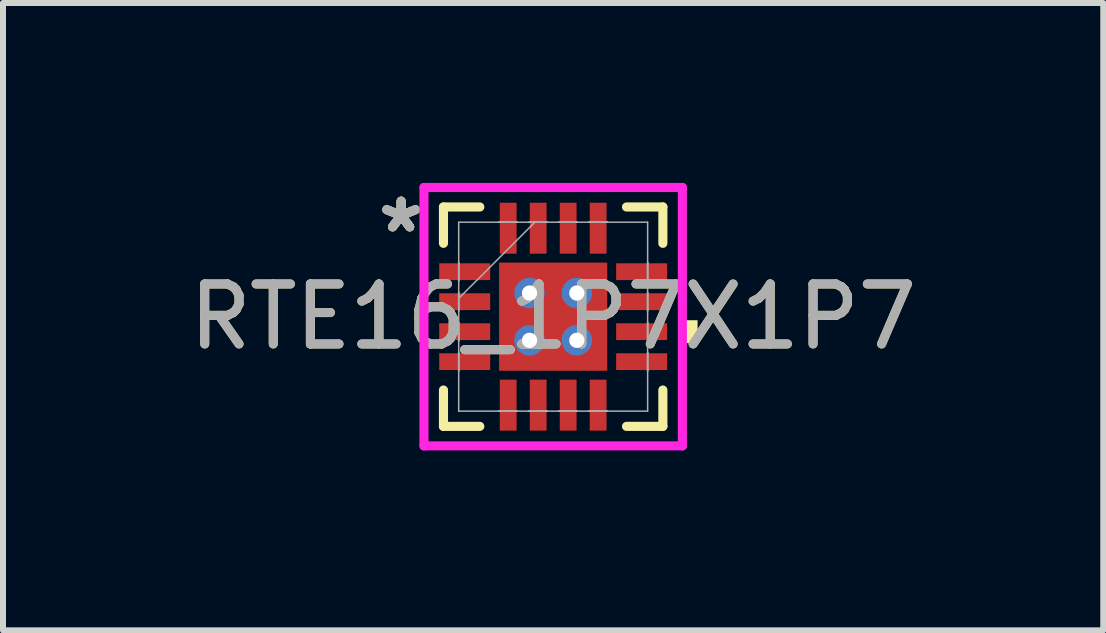
<source format=kicad_pcb>
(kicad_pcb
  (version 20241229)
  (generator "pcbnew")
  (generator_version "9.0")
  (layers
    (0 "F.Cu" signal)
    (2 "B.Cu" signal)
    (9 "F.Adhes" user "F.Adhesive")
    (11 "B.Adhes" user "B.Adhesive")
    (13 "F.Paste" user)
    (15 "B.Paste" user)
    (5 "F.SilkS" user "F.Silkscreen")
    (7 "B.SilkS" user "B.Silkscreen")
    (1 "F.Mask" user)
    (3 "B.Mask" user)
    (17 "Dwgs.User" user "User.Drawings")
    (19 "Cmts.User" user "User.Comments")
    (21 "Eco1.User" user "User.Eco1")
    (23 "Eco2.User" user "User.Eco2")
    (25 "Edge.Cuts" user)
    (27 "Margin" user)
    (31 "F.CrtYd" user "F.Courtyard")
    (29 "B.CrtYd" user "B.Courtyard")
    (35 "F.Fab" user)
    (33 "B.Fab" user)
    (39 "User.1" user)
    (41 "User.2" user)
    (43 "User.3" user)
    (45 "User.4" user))
  (footprint "RTE16_1P7X1P7"
    (layer "F.Cu")
    (at 6.173 2.23)
    (property "Reference" "RTE16_1P7X1P7" (at 0 0 0) (unlocked yes) (layer "F.SilkS") (effects (font (size 1 1) (thickness 0.15))))
    (attr smd)
    (fp_poly (pts (xy -1.97 -0.96) (xy -1.97 -0.54) (xy -0.98 -0.54) (xy -0.98 -0.96)) (stroke (width 0) (type solid)) (fill yes) (layer "F.Mask"))
    (fp_poly (pts (xy -1.97 -0.46) (xy -1.97 -0.04) (xy -0.98 -0.04) (xy -0.98 -0.46)) (stroke (width 0) (type solid)) (fill yes) (layer "F.Mask"))
    (fp_poly (pts (xy -1.97 0.04) (xy -1.97 0.46) (xy -0.98 0.46) (xy -0.98 0.04)) (stroke (width 0) (type solid)) (fill yes) (layer "F.Mask"))
    (fp_poly (pts (xy -1.97 0.54) (xy -1.97 0.96) (xy -0.98 0.96) (xy -0.98 0.54)) (stroke (width 0) (type solid)) (fill yes) (layer "F.Mask"))
    (fp_poly (pts (xy -0.965 -0.965) (xy -0.594 -0.965) (xy -0.594 0.965) (xy -0.965 0.965)) (stroke (width 0) (type solid)) (fill yes) (layer "F.Mask"))
    (fp_poly (pts (xy -0.965 -0.965) (xy 0.965 -0.965) (xy 0.965 -0.594) (xy -0.965 -0.594)) (stroke (width 0) (type solid)) (fill yes) (layer "F.Mask"))
    (fp_poly (pts (xy -0.965 -0.194) (xy 0.965 -0.194) (xy 0.965 0.194) (xy -0.965 0.194)) (stroke (width 0) (type solid)) (fill yes) (layer "F.Mask"))
    (fp_poly (pts (xy -0.965 0.594) (xy 0.965 0.594) (xy 0.965 0.965) (xy -0.965 0.965)) (stroke (width 0) (type solid)) (fill yes) (layer "F.Mask"))
    (fp_poly (pts (xy -0.96 -1.97) (xy -0.96 -0.98) (xy -0.54 -0.98) (xy -0.54 -1.97)) (stroke (width 0) (type solid)) (fill yes) (layer "F.Mask"))
    (fp_poly (pts (xy -0.96 0.98) (xy -0.96 1.97) (xy -0.54 1.97) (xy -0.54 0.98)) (stroke (width 0) (type solid)) (fill yes) (layer "F.Mask"))
    (fp_poly (pts (xy -0.46 -1.97) (xy -0.46 -0.98) (xy -0.04 -0.98) (xy -0.04 -1.97)) (stroke (width 0) (type solid)) (fill yes) (layer "F.Mask"))
    (fp_poly (pts (xy -0.46 0.98) (xy -0.46 1.97) (xy -0.04 1.97) (xy -0.04 0.98)) (stroke (width 0) (type solid)) (fill yes) (layer "F.Mask"))
    (fp_poly (pts (xy 0.04 -1.97) (xy 0.04 -0.98) (xy 0.46 -0.98) (xy 0.46 -1.97)) (stroke (width 0) (type solid)) (fill yes) (layer "F.Mask"))
    (fp_poly (pts (xy 0.04 0.98) (xy 0.04 1.97) (xy 0.46 1.97) (xy 0.46 0.98)) (stroke (width 0) (type solid)) (fill yes) (layer "F.Mask"))
    (fp_poly (pts (xy 0.194 -0.965) (xy -0.194 -0.965) (xy -0.194 0.965) (xy 0.194 0.965)) (stroke (width 0) (type solid)) (fill yes) (layer "F.Mask"))
    (fp_poly (pts (xy 0.54 -1.97) (xy 0.54 -0.98) (xy 0.96 -0.98) (xy 0.96 -1.97)) (stroke (width 0) (type solid)) (fill yes) (layer "F.Mask"))
    (fp_poly (pts (xy 0.54 0.98) (xy 0.54 1.97) (xy 0.96 1.97) (xy 0.96 0.98)) (stroke (width 0) (type solid)) (fill yes) (layer "F.Mask"))
    (fp_poly (pts (xy 0.594 -0.965) (xy 0.965 -0.965) (xy 0.965 0.965) (xy 0.594 0.965)) (stroke (width 0) (type solid)) (fill yes) (layer "F.Mask"))
    (fp_poly (pts (xy 0.98 -0.96) (xy 0.98 -0.54) (xy 1.97 -0.54) (xy 1.97 -0.96)) (stroke (width 0) (type solid)) (fill yes) (layer "F.Mask"))
    (fp_poly (pts (xy 0.98 -0.46) (xy 0.98 -0.04) (xy 1.97 -0.04) (xy 1.97 -0.46)) (stroke (width 0) (type solid)) (fill yes) (layer "F.Mask"))
    (fp_poly (pts (xy 0.98 0.04) (xy 0.98 0.46) (xy 1.97 0.46) (xy 1.97 0.04)) (stroke (width 0) (type solid)) (fill yes) (layer "F.Mask"))
    (fp_poly (pts (xy 0.98 0.54) (xy 0.98 0.96) (xy 1.97 0.96) (xy 1.97 0.54)) (stroke (width 0) (type solid)) (fill yes) (layer "F.Mask"))
    (fp_line (start -1.829 -1.829) (end -1.829 -1.223) (stroke (width 0.152) (type solid)) (layer "F.SilkS"))
    (fp_line (start -1.829 1.223) (end -1.829 1.829) (stroke (width 0.152) (type solid)) (layer "F.SilkS"))
    (fp_line (start -1.829 1.829) (end -1.223 1.829) (stroke (width 0.152) (type solid)) (layer "F.SilkS"))
    (fp_line (start -1.223 -1.829) (end -1.829 -1.829) (stroke (width 0.152) (type solid)) (layer "F.SilkS"))
    (fp_line (start 1.223 1.829) (end 1.829 1.829) (stroke (width 0.152) (type solid)) (layer "F.SilkS"))
    (fp_line (start 1.829 -1.829) (end 1.223 -1.829) (stroke (width 0.152) (type solid)) (layer "F.SilkS"))
    (fp_line (start 1.829 -1.223) (end 1.829 -1.829) (stroke (width 0.152) (type solid)) (layer "F.SilkS"))
    (fp_line (start 1.829 1.829) (end 1.829 1.223) (stroke (width 0.152) (type solid)) (layer "F.SilkS"))
    (fp_poly (pts (xy 2.408 0.059) (xy 2.408 0.441) (xy 2.154 0.441) (xy 2.154 0.059)) (stroke (width 0) (type solid)) (fill yes) (layer "F.SilkS"))
    (fp_poly (pts (xy -1.875 -0.865) (xy -1.875 -0.635) (xy -1.075 -0.635) (xy -1.075 -0.865)) (stroke (width 0) (type solid)) (fill yes) (layer "F.Paste"))
    (fp_poly (pts (xy -1.875 -0.365) (xy -1.875 -0.135) (xy -1.075 -0.135) (xy -1.075 -0.365)) (stroke (width 0) (type solid)) (fill yes) (layer "F.Paste"))
    (fp_poly (pts (xy -1.875 0.135) (xy -1.875 0.365) (xy -1.075 0.365) (xy -1.075 0.135)) (stroke (width 0) (type solid)) (fill yes) (layer "F.Paste"))
    (fp_poly (pts (xy -1.875 0.635) (xy -1.875 0.865) (xy -1.075 0.865) (xy -1.075 0.635)) (stroke (width 0) (type solid)) (fill yes) (layer "F.Paste"))
    (fp_poly (pts (xy -0.865 -1.875) (xy -0.865 -1.075) (xy -0.635 -1.075) (xy -0.635 -1.875)) (stroke (width 0) (type solid)) (fill yes) (layer "F.Paste"))
    (fp_poly (pts (xy -0.865 1.075) (xy -0.865 1.875) (xy -0.635 1.875) (xy -0.635 1.075)) (stroke (width 0) (type solid)) (fill yes) (layer "F.Paste"))
    (fp_poly (pts (xy -0.365 -1.875) (xy -0.365 -1.075) (xy -0.135 -1.075) (xy -0.135 -1.875)) (stroke (width 0) (type solid)) (fill yes) (layer "F.Paste"))
    (fp_poly (pts (xy -0.365 1.075) (xy -0.365 1.875) (xy -0.135 1.875) (xy -0.135 1.075)) (stroke (width 0) (type solid)) (fill yes) (layer "F.Paste"))
    (fp_poly (pts (xy 0.135 -1.875) (xy 0.135 -1.075) (xy 0.365 -1.075) (xy 0.365 -1.875)) (stroke (width 0) (type solid)) (fill yes) (layer "F.Paste"))
    (fp_poly (pts (xy 0.135 1.075) (xy 0.135 1.875) (xy 0.365 1.875) (xy 0.365 1.075)) (stroke (width 0) (type solid)) (fill yes) (layer "F.Paste"))
    (fp_poly (pts (xy 0.635 -1.875) (xy 0.635 -1.075) (xy 0.865 -1.075) (xy 0.865 -1.875)) (stroke (width 0) (type solid)) (fill yes) (layer "F.Paste"))
    (fp_poly (pts (xy 0.635 1.075) (xy 0.635 1.875) (xy 0.865 1.875) (xy 0.865 1.075)) (stroke (width 0) (type solid)) (fill yes) (layer "F.Paste"))
    (fp_poly (pts (xy 1.075 -0.865) (xy 1.075 -0.635) (xy 1.875 -0.635) (xy 1.875 -0.865)) (stroke (width 0) (type solid)) (fill yes) (layer "F.Paste"))
    (fp_poly (pts (xy 1.075 -0.365) (xy 1.075 -0.135) (xy 1.875 -0.135) (xy 1.875 -0.365)) (stroke (width 0) (type solid)) (fill yes) (layer "F.Paste"))
    (fp_poly (pts (xy 1.075 0.135) (xy 1.075 0.365) (xy 1.875 0.365) (xy 1.875 0.135)) (stroke (width 0) (type solid)) (fill yes) (layer "F.Paste"))
    (fp_poly (pts (xy 1.075 0.635) (xy 1.075 0.865) (xy 1.875 0.865) (xy 1.875 0.635)) (stroke (width 0) (type solid)) (fill yes) (layer "F.Paste"))
    (fp_poly (pts (xy -0.827 -0.827) (xy -0.827 -0.494) (xy -0.635 -0.494) (xy -0.494 -0.635) (xy -0.494 -0.827)) (stroke (width 0) (type solid)) (fill yes) (layer "F.Paste"))
    (fp_poly (pts (xy -0.827 0.494) (xy -0.827 0.827) (xy -0.494 0.827) (xy -0.494 0.635) (xy -0.635 0.494)) (stroke (width 0) (type solid)) (fill yes) (layer "F.Paste"))
    (fp_poly (pts (xy 0.494 -0.827) (xy 0.494 -0.635) (xy 0.635 -0.494) (xy 0.827 -0.494) (xy 0.827 -0.827)) (stroke (width 0) (type solid)) (fill yes) (layer "F.Paste"))
    (fp_poly (pts (xy 0.635 0.494) (xy 0.494 0.635) (xy 0.494 0.827) (xy 0.827 0.827) (xy 0.827 0.494)) (stroke (width 0) (type solid)) (fill yes) (layer "F.Paste"))
    (fp_poly (pts (xy -0.827 -0.294) (xy -0.827 0.294) (xy -0.635 0.294) (xy -0.494 0.152) (xy -0.494 -0.152) (xy -0.635 -0.294)) (stroke (width 0) (type solid)) (fill yes) (layer "F.Paste"))
    (fp_poly (pts (xy -0.294 -0.827) (xy -0.294 -0.635) (xy -0.152 -0.494) (xy 0.152 -0.494) (xy 0.294 -0.635) (xy 0.294 -0.827)) (stroke (width 0) (type solid)) (fill yes) (layer "F.Paste"))
    (fp_poly (pts (xy -0.152 0.494) (xy -0.294 0.635) (xy -0.294 0.827) (xy 0.294 0.827) (xy 0.294 0.635) (xy 0.152 0.494)) (stroke (width 0) (type solid)) (fill yes) (layer "F.Paste"))
    (fp_poly (pts (xy 0.635 -0.294) (xy 0.494 -0.152) (xy 0.494 0.152) (xy 0.635 0.294) (xy 0.827 0.294) (xy 0.827 -0.294)) (stroke (width 0) (type solid)) (fill yes) (layer "F.Paste"))
    (fp_poly (pts (xy -0.152 -0.294) (xy -0.294 -0.152) (xy -0.294 0.152) (xy -0.152 0.294) (xy 0.152 0.294) (xy 0.294 0.152) (xy 0.294 -0.152) (xy 0.152 -0.294)) (stroke (width 0) (type solid)) (fill yes) (layer "F.Paste"))
    (fp_line (start -2.154 -2.154) (end 2.154 -2.154) (stroke (width 0.152) (type solid)) (layer "F.CrtYd"))
    (fp_line (start -2.154 2.154) (end -2.154 -2.154) (stroke (width 0.152) (type solid)) (layer "F.CrtYd"))
    (fp_line (start 2.154 -2.154) (end 2.154 2.154) (stroke (width 0.152) (type solid)) (layer "F.CrtYd"))
    (fp_line (start 2.154 2.154) (end -2.154 2.154) (stroke (width 0.152) (type solid)) (layer "F.CrtYd"))
    (fp_line (start -1.575 -1.575) (end -1.575 1.575) (stroke (width 0.025) (type solid)) (layer "F.Fab"))
    (fp_line (start -1.575 -0.902) (end -1.575 -0.902) (stroke (width 0.025) (type solid)) (layer "F.Fab"))
    (fp_line (start -1.575 -0.902) (end -1.575 -0.598) (stroke (width 0.025) (type solid)) (layer "F.Fab"))
    (fp_line (start -1.575 -0.598) (end -1.575 -0.902) (stroke (width 0.025) (type solid)) (layer "F.Fab"))
    (fp_line (start -1.575 -0.598) (end -1.575 -0.598) (stroke (width 0.025) (type solid)) (layer "F.Fab"))
    (fp_line (start -1.575 -0.402) (end -1.575 -0.402) (stroke (width 0.025) (type solid)) (layer "F.Fab"))
    (fp_line (start -1.575 -0.402) (end -1.575 -0.098) (stroke (width 0.025) (type solid)) (layer "F.Fab"))
    (fp_line (start -1.575 -0.305) (end -0.305 -1.575) (stroke (width 0.025) (type solid)) (layer "F.Fab"))
    (fp_line (start -1.575 -0.098) (end -1.575 -0.402) (stroke (width 0.025) (type solid)) (layer "F.Fab"))
    (fp_line (start -1.575 -0.098) (end -1.575 -0.098) (stroke (width 0.025) (type solid)) (layer "F.Fab"))
    (fp_line (start -1.575 0.098) (end -1.575 0.098) (stroke (width 0.025) (type solid)) (layer "F.Fab"))
    (fp_line (start -1.575 0.098) (end -1.575 0.402) (stroke (width 0.025) (type solid)) (layer "F.Fab"))
    (fp_line (start -1.575 0.402) (end -1.575 0.098) (stroke (width 0.025) (type solid)) (layer "F.Fab"))
    (fp_line (start -1.575 0.402) (end -1.575 0.402) (stroke (width 0.025) (type solid)) (layer "F.Fab"))
    (fp_line (start -1.575 0.598) (end -1.575 0.598) (stroke (width 0.025) (type solid)) (layer "F.Fab"))
    (fp_line (start -1.575 0.598) (end -1.575 0.902) (stroke (width 0.025) (type solid)) (layer "F.Fab"))
    (fp_line (start -1.575 0.902) (end -1.575 0.598) (stroke (width 0.025) (type solid)) (layer "F.Fab"))
    (fp_line (start -1.575 0.902) (end -1.575 0.902) (stroke (width 0.025) (type solid)) (layer "F.Fab"))
    (fp_line (start -1.575 1.575) (end 1.575 1.575) (stroke (width 0.025) (type solid)) (layer "F.Fab"))
    (fp_line (start -0.902 -1.575) (end -0.902 -1.575) (stroke (width 0.025) (type solid)) (layer "F.Fab"))
    (fp_line (start -0.902 -1.575) (end -0.598 -1.575) (stroke (width 0.025) (type solid)) (layer "F.Fab"))
    (fp_line (start -0.902 1.575) (end -0.902 1.575) (stroke (width 0.025) (type solid)) (layer "F.Fab"))
    (fp_line (start -0.902 1.575) (end -0.598 1.575) (stroke (width 0.025) (type solid)) (layer "F.Fab"))
    (fp_line (start -0.598 -1.575) (end -0.902 -1.575) (stroke (width 0.025) (type solid)) (layer "F.Fab"))
    (fp_line (start -0.598 -1.575) (end -0.598 -1.575) (stroke (width 0.025) (type solid)) (layer "F.Fab"))
    (fp_line (start -0.598 1.575) (end -0.902 1.575) (stroke (width 0.025) (type solid)) (layer "F.Fab"))
    (fp_line (start -0.598 1.575) (end -0.598 1.575) (stroke (width 0.025) (type solid)) (layer "F.Fab"))
    (fp_line (start -0.402 -1.575) (end -0.402 -1.575) (stroke (width 0.025) (type solid)) (layer "F.Fab"))
    (fp_line (start -0.402 -1.575) (end -0.098 -1.575) (stroke (width 0.025) (type solid)) (layer "F.Fab"))
    (fp_line (start -0.402 1.575) (end -0.402 1.575) (stroke (width 0.025) (type solid)) (layer "F.Fab"))
    (fp_line (start -0.402 1.575) (end -0.098 1.575) (stroke (width 0.025) (type solid)) (layer "F.Fab"))
    (fp_line (start -0.098 -1.575) (end -0.402 -1.575) (stroke (width 0.025) (type solid)) (layer "F.Fab"))
    (fp_line (start -0.098 -1.575) (end -0.098 -1.575) (stroke (width 0.025) (type solid)) (layer "F.Fab"))
    (fp_line (start -0.098 1.575) (end -0.402 1.575) (stroke (width 0.025) (type solid)) (layer "F.Fab"))
    (fp_line (start -0.098 1.575) (end -0.098 1.575) (stroke (width 0.025) (type solid)) (layer "F.Fab"))
    (fp_line (start 0.098 -1.575) (end 0.098 -1.575) (stroke (width 0.025) (type solid)) (layer "F.Fab"))
    (fp_line (start 0.098 -1.575) (end 0.402 -1.575) (stroke (width 0.025) (type solid)) (layer "F.Fab"))
    (fp_line (start 0.098 1.575) (end 0.098 1.575) (stroke (width 0.025) (type solid)) (layer "F.Fab"))
    (fp_line (start 0.098 1.575) (end 0.402 1.575) (stroke (width 0.025) (type solid)) (layer "F.Fab"))
    (fp_line (start 0.402 -1.575) (end 0.098 -1.575) (stroke (width 0.025) (type solid)) (layer "F.Fab"))
    (fp_line (start 0.402 -1.575) (end 0.402 -1.575) (stroke (width 0.025) (type solid)) (layer "F.Fab"))
    (fp_line (start 0.402 1.575) (end 0.098 1.575) (stroke (width 0.025) (type solid)) (layer "F.Fab"))
    (fp_line (start 0.402 1.575) (end 0.402 1.575) (stroke (width 0.025) (type solid)) (layer "F.Fab"))
    (fp_line (start 0.598 -1.575) (end 0.598 -1.575) (stroke (width 0.025) (type solid)) (layer "F.Fab"))
    (fp_line (start 0.598 -1.575) (end 0.902 -1.575) (stroke (width 0.025) (type solid)) (layer "F.Fab"))
    (fp_line (start 0.598 1.575) (end 0.598 1.575) (stroke (width 0.025) (type solid)) (layer "F.Fab"))
    (fp_line (start 0.598 1.575) (end 0.902 1.575) (stroke (width 0.025) (type solid)) (layer "F.Fab"))
    (fp_line (start 0.902 -1.575) (end 0.598 -1.575) (stroke (width 0.025) (type solid)) (layer "F.Fab"))
    (fp_line (start 0.902 -1.575) (end 0.902 -1.575) (stroke (width 0.025) (type solid)) (layer "F.Fab"))
    (fp_line (start 0.902 1.575) (end 0.598 1.575) (stroke (width 0.025) (type solid)) (layer "F.Fab"))
    (fp_line (start 0.902 1.575) (end 0.902 1.575) (stroke (width 0.025) (type solid)) (layer "F.Fab"))
    (fp_line (start 1.575 -1.575) (end -1.575 -1.575) (stroke (width 0.025) (type solid)) (layer "F.Fab"))
    (fp_line (start 1.575 -0.902) (end 1.575 -0.902) (stroke (width 0.025) (type solid)) (layer "F.Fab"))
    (fp_line (start 1.575 -0.902) (end 1.575 -0.598) (stroke (width 0.025) (type solid)) (layer "F.Fab"))
    (fp_line (start 1.575 -0.598) (end 1.575 -0.902) (stroke (width 0.025) (type solid)) (layer "F.Fab"))
    (fp_line (start 1.575 -0.598) (end 1.575 -0.598) (stroke (width 0.025) (type solid)) (layer "F.Fab"))
    (fp_line (start 1.575 -0.402) (end 1.575 -0.402) (stroke (width 0.025) (type solid)) (layer "F.Fab"))
    (fp_line (start 1.575 -0.402) (end 1.575 -0.098) (stroke (width 0.025) (type solid)) (layer "F.Fab"))
    (fp_line (start 1.575 -0.098) (end 1.575 -0.402) (stroke (width 0.025) (type solid)) (layer "F.Fab"))
    (fp_line (start 1.575 -0.098) (end 1.575 -0.098) (stroke (width 0.025) (type solid)) (layer "F.Fab"))
    (fp_line (start 1.575 0.098) (end 1.575 0.098) (stroke (width 0.025) (type solid)) (layer "F.Fab"))
    (fp_line (start 1.575 0.098) (end 1.575 0.402) (stroke (width 0.025) (type solid)) (layer "F.Fab"))
    (fp_line (start 1.575 0.402) (end 1.575 0.098) (stroke (width 0.025) (type solid)) (layer "F.Fab"))
    (fp_line (start 1.575 0.402) (end 1.575 0.402) (stroke (width 0.025) (type solid)) (layer "F.Fab"))
    (fp_line (start 1.575 0.598) (end 1.575 0.598) (stroke (width 0.025) (type solid)) (layer "F.Fab"))
    (fp_line (start 1.575 0.598) (end 1.575 0.902) (stroke (width 0.025) (type solid)) (layer "F.Fab"))
    (fp_line (start 1.575 0.902) (end 1.575 0.598) (stroke (width 0.025) (type solid)) (layer "F.Fab"))
    (fp_line (start 1.575 0.902) (end 1.575 0.902) (stroke (width 0.025) (type solid)) (layer "F.Fab"))
    (fp_line (start 1.575 1.575) (end 1.575 -1.575) (stroke (width 0.025) (type solid)) (layer "F.Fab"))
    (fp_text user "*" (at -2.535 -1.381 0) (unlocked yes) (layer "F.SilkS") (effects (font (size 1 1) (thickness 0.15))))
    (fp_text user "*" (at -2.535 -1.381 0) (layer "F.SilkS") (effects (font (size 1 1) (thickness 0.15))))
    (fp_text user "*" (at -2.535 -1.381 0) (unlocked yes) (layer "F.Fab") (effects (font (size 1 1) (thickness 0.15))))
    (fp_text user "*" (at -2.535 -1.381 0) (layer "F.Fab") (effects (font (size 1 1) (thickness 0.15))))
    (fp_text user "${REFERENCE}" (at 0 0 0) (unlocked yes) (layer "F.Fab") (effects (font (size 1 1) (thickness 0.15))))
    (pad "1" smd rect (at -1.475 -0.75 90) (size 0.28 0.85) (layers "F.Cu" "F.Mask"))
    (pad "2" smd rect (at -1.475 -0.25 90) (size 0.28 0.85) (layers "F.Cu" "F.Mask"))
    (pad "3" smd rect (at -1.475 0.25 90) (size 0.28 0.85) (layers "F.Cu" "F.Mask"))
    (pad "4" smd rect (at -1.475 0.75 90) (size 0.28 0.85) (layers "F.Cu" "F.Mask"))
    (pad "5" smd rect (at -0.75 1.475) (size 0.28 0.85) (layers "F.Cu" "F.Mask"))
    (pad "6" smd rect (at -0.25 1.475) (size 0.28 0.85) (layers "F.Cu" "F.Mask"))
    (pad "7" smd rect (at 0.25 1.475) (size 0.28 0.85) (layers "F.Cu" "F.Mask"))
    (pad "8" smd rect (at 0.75 1.475) (size 0.28 0.85) (layers "F.Cu" "F.Mask"))
    (pad "9" smd rect (at 1.475 0.75 90) (size 0.28 0.85) (layers "F.Cu" "F.Mask"))
    (pad "10" smd rect (at 1.475 0.25 90) (size 0.28 0.85) (layers "F.Cu" "F.Mask"))
    (pad "11" smd rect (at 1.475 -0.25 90) (size 0.28 0.85) (layers "F.Cu" "F.Mask"))
    (pad "12" smd rect (at 1.475 -0.75 90) (size 0.28 0.85) (layers "F.Cu" "F.Mask"))
    (pad "13" smd rect (at 0.75 -1.475) (size 0.28 0.85) (layers "F.Cu" "F.Mask"))
    (pad "14" smd rect (at 0.25 -1.475) (size 0.28 0.85) (layers "F.Cu" "F.Mask"))
    (pad "15" smd rect (at -0.25 -1.475) (size 0.28 0.85) (layers "F.Cu" "F.Mask"))
    (pad "16" smd rect (at -0.75 -1.475) (size 0.28 0.85) (layers "F.Cu" "F.Mask"))
    (pad "17" smd rect (at 0 0) (size 1.803 1.803) (layers "F.Cu"))
    (pad "V" thru_hole circle (at -0.394 -0.394) (size 0.508 0.508) (drill 0.254) (layers "*.Cu" "*.Mask"))
    (pad "V" thru_hole circle (at -0.394 0.394) (size 0.508 0.508) (drill 0.254) (layers "*.Cu" "*.Mask"))
    (pad "V" thru_hole circle (at 0.394 -0.394) (size 0.508 0.508) (drill 0.254) (layers "*.Cu" "*.Mask"))
    (pad "V" thru_hole circle (at 0.394 0.394) (size 0.508 0.508) (drill 0.254) (layers "*.Cu" "*.Mask")))
  (gr_rect
    (start -3 -3)
    (end 15.345 7.46)
    (stroke (width 0.1) (type default))
    (fill no)
    (layer "Edge.Cuts")))
</source>
